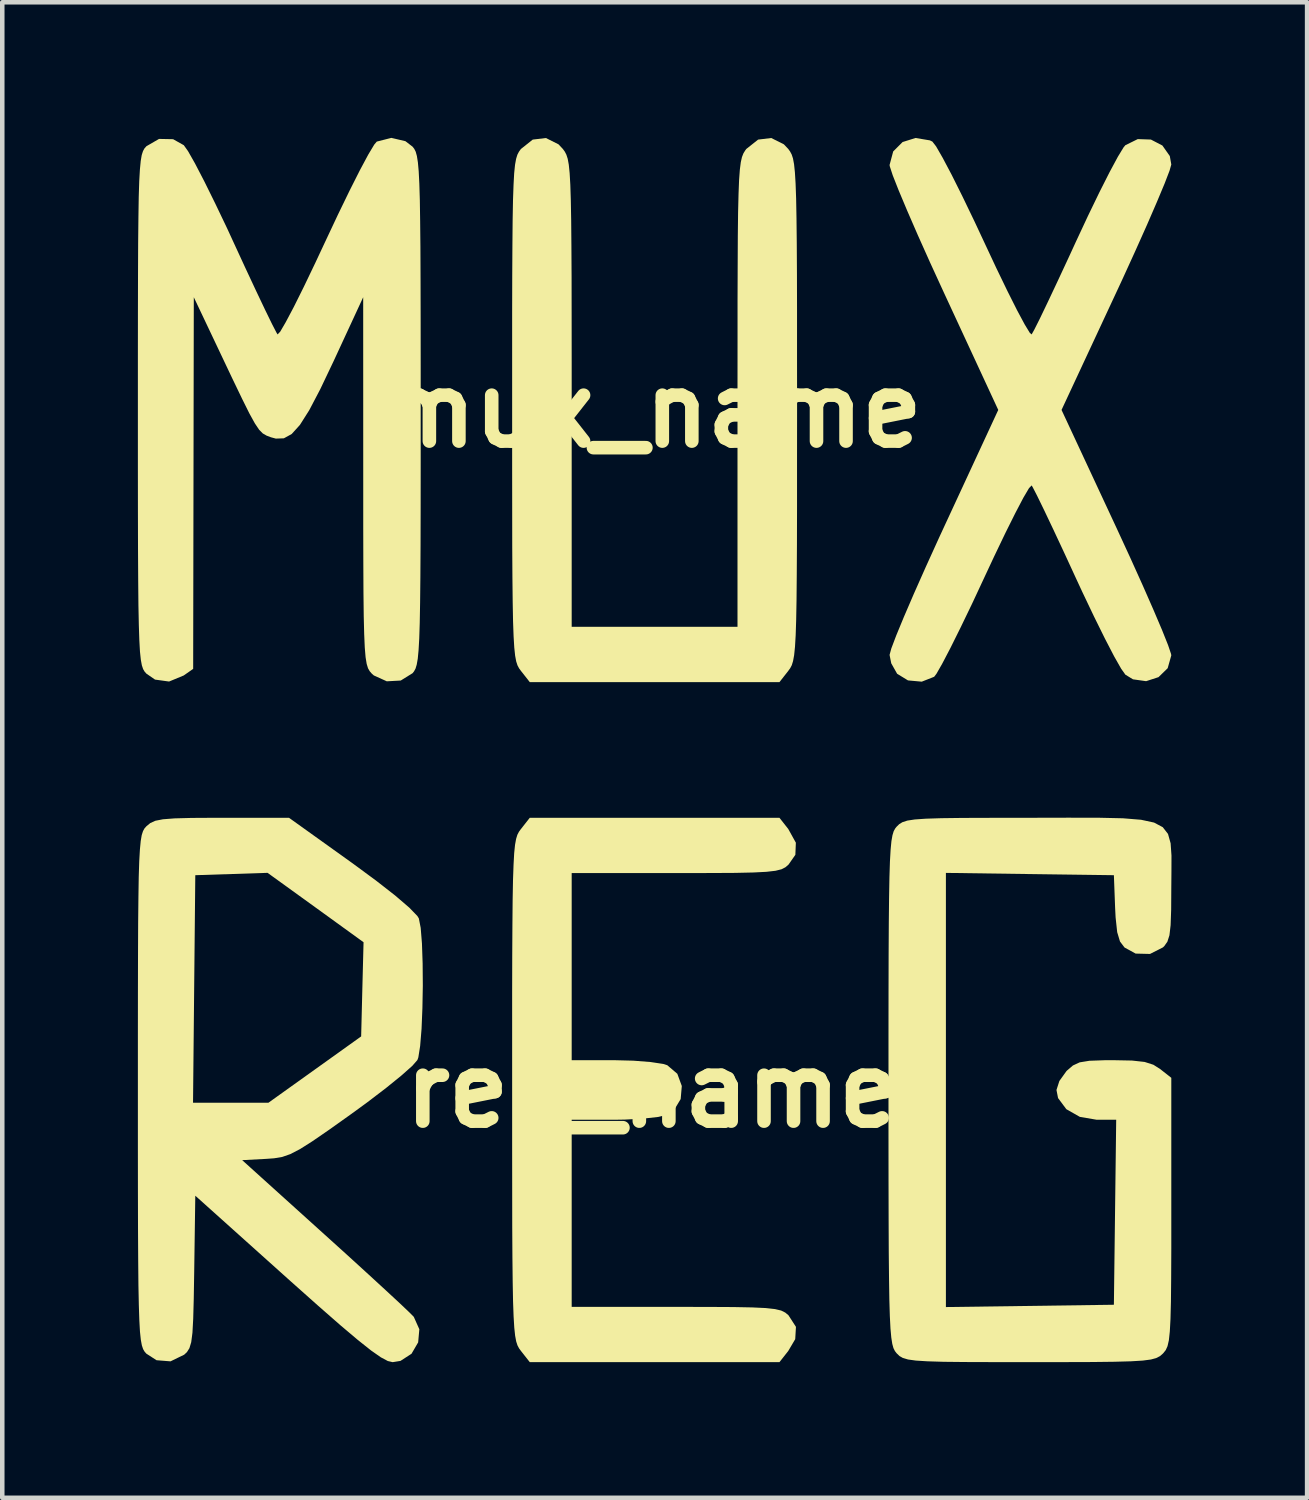
<source format=kicad_pcb>
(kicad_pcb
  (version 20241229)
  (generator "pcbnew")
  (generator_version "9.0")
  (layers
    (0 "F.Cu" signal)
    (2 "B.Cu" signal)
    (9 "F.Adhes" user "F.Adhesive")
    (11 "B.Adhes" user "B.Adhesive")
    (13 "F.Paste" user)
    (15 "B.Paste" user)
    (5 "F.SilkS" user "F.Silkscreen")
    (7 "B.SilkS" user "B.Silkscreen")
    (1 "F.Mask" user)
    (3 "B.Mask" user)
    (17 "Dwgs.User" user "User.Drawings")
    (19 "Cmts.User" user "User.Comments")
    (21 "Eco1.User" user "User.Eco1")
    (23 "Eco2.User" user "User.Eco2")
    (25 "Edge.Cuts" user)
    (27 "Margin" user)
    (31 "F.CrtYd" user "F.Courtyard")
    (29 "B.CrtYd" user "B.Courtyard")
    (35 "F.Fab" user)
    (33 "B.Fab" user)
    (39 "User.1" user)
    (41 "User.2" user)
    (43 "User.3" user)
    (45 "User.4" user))
  (footprint "mux_name"
    (layer "F.Cu")
    (at 11.383 6.018)
    (property "Reference" "mux_name" (at 0 0 0) (layer "F.SilkS") (effects (font (size 1.524 1.524) (thickness 0.3))))
    (attr board_only exclude_from_pos_files exclude_from_bom)
    (fp_poly (pts (xy 2.906 -5.876) (xy 3.004 -5.773) (xy 3.044 -5.717) (xy 3.079 -5.652) (xy 3.108 -5.564) (xy 3.132 -5.436) (xy 3.151 -5.255) (xy 3.166 -5.006) (xy 3.178 -4.673) (xy 3.186 -4.243) (xy 3.192 -3.699) (xy 3.196 -3.028) (xy 3.198 -2.214) (xy 3.198 -1.243) (xy 3.199 -0.1) (xy 3.199 0) (xy 3.198 1.158) (xy 3.198 2.142) (xy 3.196 2.968) (xy 3.192 3.65) (xy 3.187 4.203) (xy 3.179 4.642) (xy 3.168 4.982) (xy 3.153 5.238) (xy 3.134 5.424) (xy 3.11 5.555) (xy 3.082 5.646) (xy 3.047 5.713) (xy 3.007 5.768) (xy 3.004 5.773) (xy 2.809 6.021) (xy -2.714 6.021) (xy -2.909 5.773) (xy -2.95 5.717) (xy -2.985 5.652) (xy -3.014 5.564) (xy -3.038 5.436) (xy -3.057 5.255) (xy -3.072 5.006) (xy -3.084 4.673) (xy -3.092 4.243) (xy -3.098 3.699) (xy -3.102 3.028) (xy -3.103 2.214) (xy -3.104 1.243) (xy -3.104 0.1) (xy -3.104 0) (xy -3.104 -1.158) (xy -3.104 -2.142) (xy -3.102 -2.968) (xy -3.098 -3.65) (xy -3.093 -4.203) (xy -3.085 -4.642) (xy -3.073 -4.982) (xy -3.059 -5.238) (xy -3.04 -5.424) (xy -3.016 -5.555) (xy -2.988 -5.646) (xy -2.953 -5.713) (xy -2.913 -5.768) (xy -2.909 -5.773) (xy -2.649 -5.98) (xy -2.357 -6.015) (xy -2.079 -5.876) (xy -1.982 -5.773) (xy -1.94 -5.715) (xy -1.905 -5.648) (xy -1.875 -5.556) (xy -1.851 -5.424) (xy -1.832 -5.237) (xy -1.817 -4.978) (xy -1.806 -4.633) (xy -1.798 -4.187) (xy -1.793 -3.623) (xy -1.789 -2.927) (xy -1.788 -2.082) (xy -1.787 -1.075) (xy -1.787 -0.364) (xy -1.787 4.798) (xy 1.881 4.798) (xy 1.881 -0.364) (xy 1.882 -1.48) (xy 1.882 -2.423) (xy 1.885 -3.209) (xy 1.888 -3.853) (xy 1.894 -4.37) (xy 1.904 -4.776) (xy 1.916 -5.086) (xy 1.933 -5.316) (xy 1.954 -5.48) (xy 1.98 -5.595) (xy 2.012 -5.676) (xy 2.05 -5.738) (xy 2.076 -5.773) (xy 2.337 -5.98) (xy 2.628 -6.015)) (stroke (width 0) (type solid)) (fill yes) (layer "F.SilkS"))
    (fp_poly (pts (xy 6.136 -5.963) (xy 6.192 -5.936) (xy 6.274 -5.83) (xy 6.42 -5.576) (xy 6.619 -5.2) (xy 6.856 -4.725) (xy 7.121 -4.175) (xy 7.332 -3.724) (xy 7.603 -3.145) (xy 7.851 -2.632) (xy 8.065 -2.206) (xy 8.234 -1.891) (xy 8.346 -1.707) (xy 8.387 -1.67) (xy 8.445 -1.773) (xy 8.57 -2.022) (xy 8.748 -2.393) (xy 8.968 -2.86) (xy 9.218 -3.397) (xy 9.365 -3.717) (xy 9.633 -4.291) (xy 9.886 -4.814) (xy 10.111 -5.259) (xy 10.294 -5.599) (xy 10.421 -5.808) (xy 10.461 -5.856) (xy 10.735 -5.991) (xy 11.026 -5.981) (xy 11.28 -5.849) (xy 11.444 -5.616) (xy 11.477 -5.429) (xy 11.438 -5.292) (xy 11.329 -5.008) (xy 11.158 -4.599) (xy 10.937 -4.089) (xy 10.674 -3.501) (xy 10.38 -2.857) (xy 10.263 -2.606) (xy 9.049 0) (xy 10.263 2.606) (xy 10.567 3.265) (xy 10.843 3.877) (xy 11.081 4.419) (xy 11.272 4.868) (xy 11.405 5.201) (xy 11.471 5.396) (xy 11.477 5.429) (xy 11.397 5.713) (xy 11.194 5.911) (xy 10.92 6) (xy 10.629 5.959) (xy 10.461 5.856) (xy 10.368 5.725) (xy 10.212 5.45) (xy 10.007 5.055) (xy 9.767 4.569) (xy 9.505 4.019) (xy 9.365 3.717) (xy 9.104 3.151) (xy 8.866 2.642) (xy 8.663 2.215) (xy 8.507 1.895) (xy 8.41 1.707) (xy 8.387 1.67) (xy 8.329 1.731) (xy 8.205 1.941) (xy 8.028 2.279) (xy 7.807 2.722) (xy 7.555 3.248) (xy 7.348 3.691) (xy 7.074 4.278) (xy 6.817 4.811) (xy 6.591 5.266) (xy 6.408 5.616) (xy 6.281 5.838) (xy 6.231 5.903) (xy 5.957 6.011) (xy 5.652 5.983) (xy 5.412 5.836) (xy 5.282 5.605) (xy 5.245 5.419) (xy 5.283 5.278) (xy 5.392 4.99) (xy 5.562 4.578) (xy 5.783 4.065) (xy 6.045 3.475) (xy 6.338 2.83) (xy 6.447 2.594) (xy 7.649 0) (xy 6.447 -2.594) (xy 6.145 -3.252) (xy 5.871 -3.864) (xy 5.635 -4.407) (xy 5.446 -4.857) (xy 5.314 -5.192) (xy 5.25 -5.388) (xy 5.245 -5.419) (xy 5.325 -5.718) (xy 5.533 -5.926) (xy 5.82 -6.016)) (stroke (width 0) (type solid)) (fill yes) (layer "F.SilkS"))
    (fp_poly (pts (xy -5.465 -5.945) (xy -5.306 -5.823) (xy -5.269 -5.775) (xy -5.237 -5.711) (xy -5.211 -5.617) (xy -5.189 -5.477) (xy -5.171 -5.278) (xy -5.157 -5.004) (xy -5.146 -4.642) (xy -5.139 -4.176) (xy -5.133 -3.593) (xy -5.13 -2.877) (xy -5.128 -2.014) (xy -5.127 -0.989) (xy -5.127 0) (xy -5.127 1.17) (xy -5.128 2.167) (xy -5.13 3.005) (xy -5.134 3.698) (xy -5.14 4.261) (xy -5.148 4.709) (xy -5.159 5.055) (xy -5.174 5.316) (xy -5.192 5.504) (xy -5.215 5.635) (xy -5.242 5.724) (xy -5.275 5.784) (xy -5.306 5.823) (xy -5.568 5.986) (xy -5.877 6.003) (xy -6.164 5.873) (xy -6.209 5.833) (xy -6.254 5.781) (xy -6.292 5.715) (xy -6.322 5.617) (xy -6.346 5.47) (xy -6.364 5.255) (xy -6.377 4.957) (xy -6.387 4.557) (xy -6.393 4.039) (xy -6.396 3.385) (xy -6.398 2.578) (xy -6.398 1.601) (xy -6.398 1.576) (xy -6.399 -2.493) (xy -7.052 -1.082) (xy -7.349 -0.458) (xy -7.593 0.007) (xy -7.799 0.332) (xy -7.981 0.533) (xy -8.154 0.628) (xy -8.331 0.634) (xy -8.44 0.605) (xy -8.537 0.568) (xy -8.62 0.52) (xy -8.701 0.438) (xy -8.795 0.298) (xy -8.917 0.077) (xy -9.078 -0.247) (xy -9.295 -0.698) (xy -9.544 -1.223) (xy -10.146 -2.493) (xy -10.153 1.617) (xy -10.16 5.728) (xy -10.369 5.874) (xy -10.693 6.008) (xy -11.004 5.965) (xy -11.195 5.833) (xy -11.234 5.789) (xy -11.267 5.733) (xy -11.295 5.65) (xy -11.318 5.525) (xy -11.337 5.344) (xy -11.351 5.092) (xy -11.362 4.756) (xy -11.371 4.319) (xy -11.376 3.769) (xy -11.38 3.09) (xy -11.382 2.269) (xy -11.383 1.289) (xy -11.383 0.138) (xy -11.383 0) (xy -11.383 -1.171) (xy -11.382 -2.169) (xy -11.38 -3.007) (xy -11.377 -3.701) (xy -11.371 -4.265) (xy -11.364 -4.713) (xy -11.353 -5.06) (xy -11.338 -5.32) (xy -11.32 -5.508) (xy -11.298 -5.638) (xy -11.27 -5.725) (xy -11.238 -5.784) (xy -11.199 -5.828) (xy -11.195 -5.833) (xy -10.915 -5.995) (xy -10.604 -5.989) (xy -10.367 -5.856) (xy -10.274 -5.725) (xy -10.118 -5.45) (xy -9.913 -5.055) (xy -9.673 -4.569) (xy -9.41 -4.019) (xy -9.271 -3.717) (xy -9.01 -3.151) (xy -8.772 -2.642) (xy -8.569 -2.215) (xy -8.413 -1.895) (xy -8.316 -1.708) (xy -8.293 -1.67) (xy -8.235 -1.731) (xy -8.112 -1.942) (xy -7.933 -2.28) (xy -7.712 -2.724) (xy -7.459 -3.252) (xy -7.238 -3.724) (xy -6.961 -4.313) (xy -6.702 -4.847) (xy -6.473 -5.301) (xy -6.286 -5.65) (xy -6.154 -5.87) (xy -6.098 -5.936) (xy -5.776 -6.018)) (stroke (width 0) (type solid)) (fill yes) (layer "F.SilkS")))
  (footprint "reg_name"
    (layer "F.Cu")
    (at 11.383 21.061)
    (property "Reference" "reg_name" (at 0 0 0) (layer "F.SilkS") (effects (font (size 1.524 1.524) (thickness 0.3))))
    (attr board_only exclude_from_pos_files exclude_from_bom)
    (fp_poly (pts (xy 3.004 -5.773) (xy 3.172 -5.47) (xy 3.161 -5.202) (xy 3.01 -4.986) (xy 2.942 -4.927) (xy 2.854 -4.882) (xy 2.722 -4.849) (xy 2.523 -4.826) (xy 2.233 -4.811) (xy 1.827 -4.802) (xy 1.283 -4.799) (xy 0.576 -4.798) (xy 0.517 -4.798) (xy -1.787 -4.798) (xy -1.787 -0.659) (xy -0.851 -0.659) (xy -0.422 -0.648) (xy -0.041 -0.618) (xy 0.237 -0.576) (xy 0.327 -0.548) (xy 0.55 -0.358) (xy 0.649 -0.088) (xy 0.624 0.201) (xy 0.476 0.447) (xy 0.327 0.548) (xy 0.13 0.596) (xy -0.2 0.633) (xy -0.609 0.655) (xy -0.851 0.659) (xy -1.787 0.659) (xy -1.787 4.798) (xy 0.517 4.798) (xy 1.237 4.799) (xy 1.793 4.802) (xy 2.207 4.81) (xy 2.505 4.824) (xy 2.711 4.847) (xy 2.846 4.879) (xy 2.937 4.924) (xy 3.006 4.981) (xy 3.01 4.986) (xy 3.174 5.24) (xy 3.158 5.512) (xy 3.004 5.773) (xy 2.809 6.021) (xy -2.714 6.021) (xy -2.909 5.773) (xy -2.95 5.717) (xy -2.985 5.652) (xy -3.014 5.564) (xy -3.038 5.436) (xy -3.057 5.255) (xy -3.072 5.006) (xy -3.084 4.673) (xy -3.092 4.243) (xy -3.098 3.699) (xy -3.102 3.028) (xy -3.103 2.214) (xy -3.104 1.243) (xy -3.104 0.1) (xy -3.104 0) (xy -3.104 -1.158) (xy -3.104 -2.142) (xy -3.102 -2.968) (xy -3.098 -3.65) (xy -3.093 -4.203) (xy -3.085 -4.642) (xy -3.073 -4.982) (xy -3.059 -5.238) (xy -3.04 -5.424) (xy -3.016 -5.555) (xy -2.988 -5.646) (xy -2.953 -5.713) (xy -2.913 -5.768) (xy -2.909 -5.773) (xy -2.714 -6.021) (xy 2.809 -6.021)) (stroke (width 0) (type solid)) (fill yes) (layer "F.SilkS"))
    (fp_poly (pts (xy -6.648 -5.024) (xy -6.119 -4.635) (xy -5.691 -4.301) (xy -5.379 -4.033) (xy -5.2 -3.848) (xy -5.168 -3.795) (xy -5.127 -3.586) (xy -5.099 -3.239) (xy -5.084 -2.798) (xy -5.08 -2.308) (xy -5.089 -1.811) (xy -5.108 -1.351) (xy -5.139 -0.974) (xy -5.179 -0.721) (xy -5.2 -0.662) (xy -5.313 -0.533) (xy -5.553 -0.32) (xy -5.892 -0.045) (xy -6.303 0.269) (xy -6.665 0.533) (xy -7.154 0.881) (xy -7.522 1.134) (xy -7.797 1.308) (xy -8.009 1.418) (xy -8.189 1.481) (xy -8.367 1.511) (xy -8.544 1.524) (xy -9.076 1.552) (xy -7.243 3.207) (xy -6.744 3.658) (xy -6.287 4.075) (xy -5.892 4.438) (xy -5.578 4.729) (xy -5.367 4.93) (xy -5.28 5.018) (xy -5.157 5.293) (xy -5.183 5.583) (xy -5.33 5.835) (xy -5.574 5.993) (xy -5.747 6.021) (xy -5.854 5.996) (xy -6.008 5.914) (xy -6.224 5.763) (xy -6.516 5.531) (xy -6.901 5.206) (xy -7.391 4.777) (xy -8.003 4.232) (xy -8.061 4.18) (xy -10.113 2.339) (xy -10.137 4.015) (xy -10.147 4.618) (xy -10.159 5.06) (xy -10.176 5.371) (xy -10.203 5.579) (xy -10.243 5.712) (xy -10.298 5.799) (xy -10.359 5.856) (xy -10.661 6.003) (xy -10.971 5.978) (xy -11.195 5.833) (xy -11.234 5.789) (xy -11.267 5.733) (xy -11.295 5.65) (xy -11.318 5.525) (xy -11.337 5.344) (xy -11.351 5.092) (xy -11.362 4.756) (xy -11.371 4.319) (xy -11.376 3.769) (xy -11.38 3.09) (xy -11.382 2.269) (xy -11.383 1.289) (xy -11.383 0.282) (xy -10.163 0.282) (xy -8.495 0.282) (xy -7.47 -0.451) (xy -6.444 -1.185) (xy -6.418 -2.227) (xy -6.391 -3.268) (xy -7.452 -4.036) (xy -8.514 -4.803) (xy -9.313 -4.777) (xy -10.113 -4.751) (xy -10.138 -2.234) (xy -10.163 0.282) (xy -11.383 0.282) (xy -11.383 0.138) (xy -11.383 0) (xy -11.383 -1.171) (xy -11.382 -2.169) (xy -11.38 -3.007) (xy -11.377 -3.701) (xy -11.371 -4.265) (xy -11.364 -4.713) (xy -11.353 -5.06) (xy -11.338 -5.32) (xy -11.32 -5.508) (xy -11.298 -5.638) (xy -11.27 -5.725) (xy -11.238 -5.784) (xy -11.199 -5.828) (xy -11.195 -5.833) (xy -11.109 -5.904) (xy -10.997 -5.955) (xy -10.828 -5.988) (xy -10.571 -6.008) (xy -10.195 -6.018) (xy -9.668 -6.021) (xy -9.523 -6.021) (xy -8.04 -6.021)) (stroke (width 0) (type solid)) (fill yes) (layer "F.SilkS"))
    (fp_poly (pts (xy 9.876 -6.022) (xy 10.409 -6.01) (xy 10.809 -5.977) (xy 11.096 -5.915) (xy 11.288 -5.813) (xy 11.404 -5.664) (xy 11.462 -5.457) (xy 11.481 -5.184) (xy 11.48 -4.836) (xy 11.477 -4.483) (xy 11.474 -3.989) (xy 11.462 -3.647) (xy 11.436 -3.422) (xy 11.39 -3.279) (xy 11.321 -3.182) (xy 11.292 -3.154) (xy 11.006 -3.009) (xy 10.688 -3.017) (xy 10.443 -3.151) (xy 10.342 -3.284) (xy 10.28 -3.491) (xy 10.245 -3.817) (xy 10.234 -4.033) (xy 10.207 -4.751) (xy 8.349 -4.776) (xy 6.491 -4.802) (xy 6.491 4.802) (xy 10.207 4.751) (xy 10.258 0.659) (xy 9.828 0.659) (xy 9.454 0.595) (xy 9.155 0.425) (xy 8.972 0.179) (xy 8.937 0) (xy 9.001 -0.199) (xy 9.156 -0.415) (xy 9.168 -0.428) (xy 9.301 -0.542) (xy 9.45 -0.611) (xy 9.666 -0.646) (xy 9.998 -0.658) (xy 10.19 -0.659) (xy 10.607 -0.651) (xy 10.887 -0.62) (xy 11.081 -0.558) (xy 11.229 -0.464) (xy 11.477 -0.269) (xy 11.477 2.688) (xy 11.477 3.513) (xy 11.474 4.171) (xy 11.469 4.681) (xy 11.459 5.066) (xy 11.444 5.345) (xy 11.423 5.538) (xy 11.393 5.668) (xy 11.354 5.754) (xy 11.304 5.817) (xy 11.289 5.833) (xy 11.227 5.887) (xy 11.146 5.929) (xy 11.027 5.962) (xy 10.846 5.986) (xy 10.583 6.002) (xy 10.216 6.012) (xy 9.724 6.018) (xy 9.086 6.02) (xy 8.34 6.021) (xy 7.547 6.02) (xy 6.92 6.018) (xy 6.439 6.013) (xy 6.082 6.002) (xy 5.827 5.986) (xy 5.654 5.962) (xy 5.54 5.929) (xy 5.465 5.886) (xy 5.407 5.83) (xy 5.4 5.823) (xy 5.363 5.775) (xy 5.331 5.711) (xy 5.305 5.617) (xy 5.283 5.477) (xy 5.265 5.278) (xy 5.251 5.004) (xy 5.24 4.642) (xy 5.233 4.176) (xy 5.227 3.593) (xy 5.224 2.877) (xy 5.222 2.014) (xy 5.221 0.989) (xy 5.221 0) (xy 5.221 -1.17) (xy 5.222 -2.167) (xy 5.224 -3.005) (xy 5.228 -3.698) (xy 5.234 -4.261) (xy 5.242 -4.709) (xy 5.253 -5.055) (xy 5.268 -5.316) (xy 5.286 -5.504) (xy 5.309 -5.635) (xy 5.336 -5.724) (xy 5.369 -5.784) (xy 5.4 -5.823) (xy 5.458 -5.88) (xy 5.53 -5.924) (xy 5.638 -5.959) (xy 5.803 -5.984) (xy 6.046 -6.001) (xy 6.39 -6.012) (xy 6.855 -6.018) (xy 7.463 -6.02) (xy 8.235 -6.021) (xy 8.34 -6.021) (xy 9.193 -6.023)) (stroke (width 0) (type solid)) (fill yes) (layer "F.SilkS")))
  (gr_rect
    (start -3 -3)
    (end 25.864 30.082)
    (stroke (width 0.1) (type default))
    (fill no)
    (layer "Edge.Cuts")))
</source>
